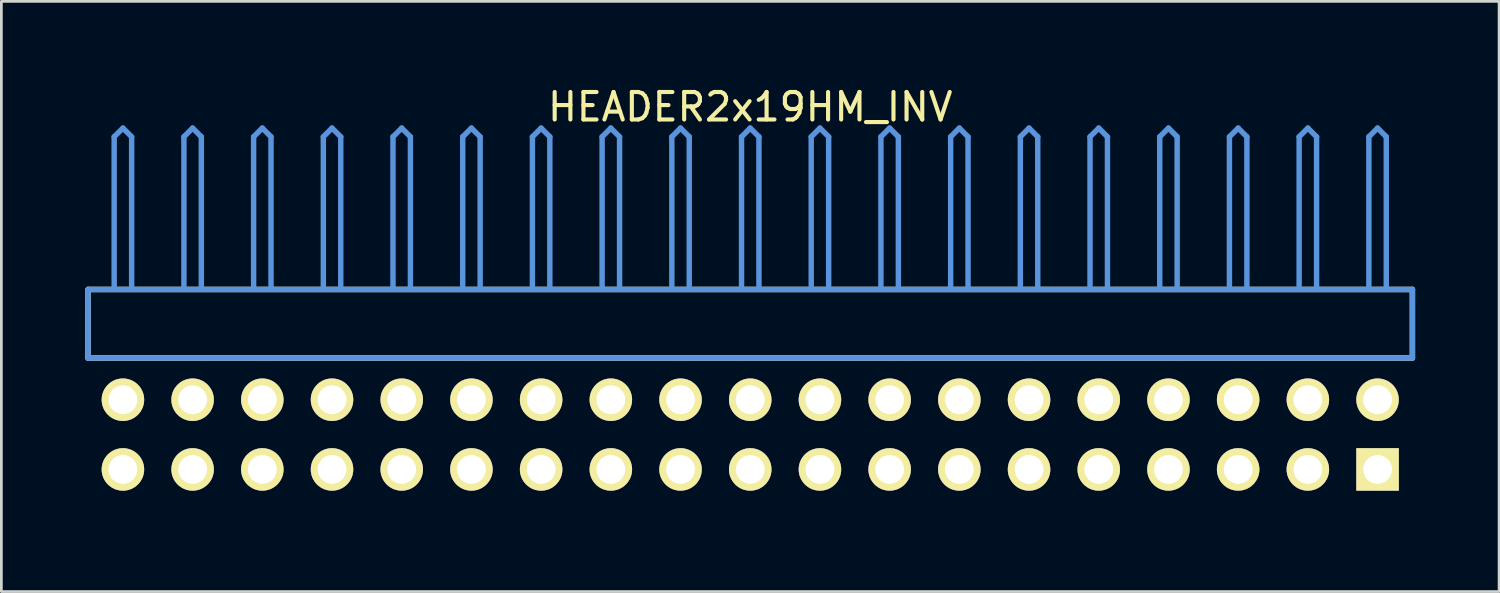
<source format=kicad_pcb>
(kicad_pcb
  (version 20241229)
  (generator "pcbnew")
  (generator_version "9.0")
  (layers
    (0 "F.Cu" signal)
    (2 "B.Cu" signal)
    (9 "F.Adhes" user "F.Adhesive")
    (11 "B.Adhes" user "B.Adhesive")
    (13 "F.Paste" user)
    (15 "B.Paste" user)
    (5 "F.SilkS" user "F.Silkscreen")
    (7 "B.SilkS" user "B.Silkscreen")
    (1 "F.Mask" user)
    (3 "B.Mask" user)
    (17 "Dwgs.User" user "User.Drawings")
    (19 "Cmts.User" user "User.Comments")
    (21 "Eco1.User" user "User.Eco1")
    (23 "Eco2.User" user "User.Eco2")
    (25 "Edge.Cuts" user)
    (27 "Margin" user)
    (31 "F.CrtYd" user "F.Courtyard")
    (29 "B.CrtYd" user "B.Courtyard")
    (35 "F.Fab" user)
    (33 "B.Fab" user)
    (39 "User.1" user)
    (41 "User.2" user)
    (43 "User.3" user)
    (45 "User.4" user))
  (footprint "HEADER2x19HM_INV"
    (layer "F.Cu")
    (at 1.429 14.056)
    (property "Reference" "HEADER2x19HM_INV" (at 22.86 -13.208 0) (layer "F.SilkS") (effects (font (size 1.001 1.001) (thickness 0.15))))
    (attr through_hole)
    (fp_line (start -1.27 -6.558) (end -1.27 -4.059) (stroke (width 0.198) (type solid)) (layer "F.SilkS"))
    (fp_line (start -1.27 -4.059) (end 46.99 -4.059) (stroke (width 0.198) (type solid)) (layer "F.SilkS"))
    (fp_line (start 46.99 -6.558) (end -1.27 -6.558) (stroke (width 0.198) (type solid)) (layer "F.SilkS"))
    (fp_line (start 46.99 -4.059) (end 46.99 -6.558) (stroke (width 0.198) (type solid)) (layer "F.SilkS"))
    (fp_line (start -1.27 -6.558) (end -1.27 -4.059) (stroke (width 0.198) (type solid)) (layer "Cmts.User"))
    (fp_line (start -1.27 -4.059) (end 46.99 -4.059) (stroke (width 0.198) (type solid)) (layer "Cmts.User"))
    (fp_line (start -0.318 -12.121) (end 0 -12.438) (stroke (width 0.198) (type solid)) (layer "Cmts.User"))
    (fp_line (start -0.318 -6.599) (end -0.318 -12.121) (stroke (width 0.198) (type solid)) (layer "Cmts.User"))
    (fp_line (start 0.318 -12.121) (end 0 -12.438) (stroke (width 0.198) (type solid)) (layer "Cmts.User"))
    (fp_line (start 0.318 -6.599) (end 0.318 -12.121) (stroke (width 0.198) (type solid)) (layer "Cmts.User"))
    (fp_line (start 2.223 -12.121) (end 2.54 -12.438) (stroke (width 0.198) (type solid)) (layer "Cmts.User"))
    (fp_line (start 2.223 -6.599) (end 2.223 -12.121) (stroke (width 0.198) (type solid)) (layer "Cmts.User"))
    (fp_line (start 2.857 -12.121) (end 2.54 -12.438) (stroke (width 0.198) (type solid)) (layer "Cmts.User"))
    (fp_line (start 2.857 -6.599) (end 2.857 -12.121) (stroke (width 0.198) (type solid)) (layer "Cmts.User"))
    (fp_line (start 4.763 -12.121) (end 5.08 -12.438) (stroke (width 0.198) (type solid)) (layer "Cmts.User"))
    (fp_line (start 4.763 -6.599) (end 4.763 -12.121) (stroke (width 0.198) (type solid)) (layer "Cmts.User"))
    (fp_line (start 5.397 -12.121) (end 5.08 -12.438) (stroke (width 0.198) (type solid)) (layer "Cmts.User"))
    (fp_line (start 5.397 -6.599) (end 5.397 -12.121) (stroke (width 0.198) (type solid)) (layer "Cmts.User"))
    (fp_line (start 7.303 -12.121) (end 7.62 -12.438) (stroke (width 0.198) (type solid)) (layer "Cmts.User"))
    (fp_line (start 7.303 -6.599) (end 7.303 -12.121) (stroke (width 0.198) (type solid)) (layer "Cmts.User"))
    (fp_line (start 7.938 -12.121) (end 7.62 -12.438) (stroke (width 0.198) (type solid)) (layer "Cmts.User"))
    (fp_line (start 7.938 -6.599) (end 7.938 -12.121) (stroke (width 0.198) (type solid)) (layer "Cmts.User"))
    (fp_line (start 9.842 -12.121) (end 10.16 -12.438) (stroke (width 0.198) (type solid)) (layer "Cmts.User"))
    (fp_line (start 9.842 -6.599) (end 9.842 -12.121) (stroke (width 0.198) (type solid)) (layer "Cmts.User"))
    (fp_line (start 10.477 -12.121) (end 10.16 -12.438) (stroke (width 0.198) (type solid)) (layer "Cmts.User"))
    (fp_line (start 10.477 -6.599) (end 10.477 -12.121) (stroke (width 0.198) (type solid)) (layer "Cmts.User"))
    (fp_line (start 12.383 -12.121) (end 12.7 -12.438) (stroke (width 0.198) (type solid)) (layer "Cmts.User"))
    (fp_line (start 12.383 -6.599) (end 12.383 -12.121) (stroke (width 0.198) (type solid)) (layer "Cmts.User"))
    (fp_line (start 13.018 -12.121) (end 12.7 -12.438) (stroke (width 0.198) (type solid)) (layer "Cmts.User"))
    (fp_line (start 13.018 -6.599) (end 13.018 -12.121) (stroke (width 0.198) (type solid)) (layer "Cmts.User"))
    (fp_line (start 14.922 -12.121) (end 15.24 -12.438) (stroke (width 0.198) (type solid)) (layer "Cmts.User"))
    (fp_line (start 14.922 -6.599) (end 14.922 -12.121) (stroke (width 0.198) (type solid)) (layer "Cmts.User"))
    (fp_line (start 15.557 -12.121) (end 15.24 -12.438) (stroke (width 0.198) (type solid)) (layer "Cmts.User"))
    (fp_line (start 15.557 -6.599) (end 15.557 -12.121) (stroke (width 0.198) (type solid)) (layer "Cmts.User"))
    (fp_line (start 17.462 -12.121) (end 17.78 -12.438) (stroke (width 0.198) (type solid)) (layer "Cmts.User"))
    (fp_line (start 17.462 -6.599) (end 17.462 -12.121) (stroke (width 0.198) (type solid)) (layer "Cmts.User"))
    (fp_line (start 18.098 -12.121) (end 17.78 -12.438) (stroke (width 0.198) (type solid)) (layer "Cmts.User"))
    (fp_line (start 18.098 -6.599) (end 18.098 -12.121) (stroke (width 0.198) (type solid)) (layer "Cmts.User"))
    (fp_line (start 20.003 -12.121) (end 20.32 -12.438) (stroke (width 0.198) (type solid)) (layer "Cmts.User"))
    (fp_line (start 20.003 -6.599) (end 20.003 -12.121) (stroke (width 0.198) (type solid)) (layer "Cmts.User"))
    (fp_line (start 20.637 -12.121) (end 20.32 -12.438) (stroke (width 0.198) (type solid)) (layer "Cmts.User"))
    (fp_line (start 20.637 -6.599) (end 20.637 -12.121) (stroke (width 0.198) (type solid)) (layer "Cmts.User"))
    (fp_line (start 22.543 -12.121) (end 22.86 -12.438) (stroke (width 0.198) (type solid)) (layer "Cmts.User"))
    (fp_line (start 22.543 -6.599) (end 22.543 -12.121) (stroke (width 0.198) (type solid)) (layer "Cmts.User"))
    (fp_line (start 23.177 -12.121) (end 22.86 -12.438) (stroke (width 0.198) (type solid)) (layer "Cmts.User"))
    (fp_line (start 23.177 -6.599) (end 23.177 -12.121) (stroke (width 0.198) (type solid)) (layer "Cmts.User"))
    (fp_line (start 25.082 -12.121) (end 25.4 -12.438) (stroke (width 0.198) (type solid)) (layer "Cmts.User"))
    (fp_line (start 25.082 -6.599) (end 25.082 -12.121) (stroke (width 0.198) (type solid)) (layer "Cmts.User"))
    (fp_line (start 25.718 -12.121) (end 25.4 -12.438) (stroke (width 0.198) (type solid)) (layer "Cmts.User"))
    (fp_line (start 25.718 -6.599) (end 25.718 -12.121) (stroke (width 0.198) (type solid)) (layer "Cmts.User"))
    (fp_line (start 27.622 -12.121) (end 27.94 -12.438) (stroke (width 0.198) (type solid)) (layer "Cmts.User"))
    (fp_line (start 27.622 -6.599) (end 27.622 -12.121) (stroke (width 0.198) (type solid)) (layer "Cmts.User"))
    (fp_line (start 28.258 -12.121) (end 27.94 -12.438) (stroke (width 0.198) (type solid)) (layer "Cmts.User"))
    (fp_line (start 28.258 -6.599) (end 28.258 -12.121) (stroke (width 0.198) (type solid)) (layer "Cmts.User"))
    (fp_line (start 30.163 -12.121) (end 30.48 -12.438) (stroke (width 0.198) (type solid)) (layer "Cmts.User"))
    (fp_line (start 30.163 -6.599) (end 30.163 -12.121) (stroke (width 0.198) (type solid)) (layer "Cmts.User"))
    (fp_line (start 30.797 -12.121) (end 30.48 -12.438) (stroke (width 0.198) (type solid)) (layer "Cmts.User"))
    (fp_line (start 30.797 -6.599) (end 30.797 -12.121) (stroke (width 0.198) (type solid)) (layer "Cmts.User"))
    (fp_line (start 32.703 -12.121) (end 33.02 -12.438) (stroke (width 0.198) (type solid)) (layer "Cmts.User"))
    (fp_line (start 32.703 -6.599) (end 32.703 -12.121) (stroke (width 0.198) (type solid)) (layer "Cmts.User"))
    (fp_line (start 33.337 -12.121) (end 33.02 -12.438) (stroke (width 0.198) (type solid)) (layer "Cmts.User"))
    (fp_line (start 33.337 -6.599) (end 33.337 -12.121) (stroke (width 0.198) (type solid)) (layer "Cmts.User"))
    (fp_line (start 35.242 -12.121) (end 35.56 -12.438) (stroke (width 0.198) (type solid)) (layer "Cmts.User"))
    (fp_line (start 35.242 -6.599) (end 35.242 -12.121) (stroke (width 0.198) (type solid)) (layer "Cmts.User"))
    (fp_line (start 35.877 -12.121) (end 35.56 -12.438) (stroke (width 0.198) (type solid)) (layer "Cmts.User"))
    (fp_line (start 35.877 -6.599) (end 35.877 -12.121) (stroke (width 0.198) (type solid)) (layer "Cmts.User"))
    (fp_line (start 37.782 -12.121) (end 38.1 -12.438) (stroke (width 0.198) (type solid)) (layer "Cmts.User"))
    (fp_line (start 37.782 -6.599) (end 37.782 -12.121) (stroke (width 0.198) (type solid)) (layer "Cmts.User"))
    (fp_line (start 38.417 -12.121) (end 38.1 -12.438) (stroke (width 0.198) (type solid)) (layer "Cmts.User"))
    (fp_line (start 38.417 -6.599) (end 38.417 -12.121) (stroke (width 0.198) (type solid)) (layer "Cmts.User"))
    (fp_line (start 40.322 -12.121) (end 40.64 -12.438) (stroke (width 0.198) (type solid)) (layer "Cmts.User"))
    (fp_line (start 40.322 -6.599) (end 40.322 -12.121) (stroke (width 0.198) (type solid)) (layer "Cmts.User"))
    (fp_line (start 40.958 -12.121) (end 40.64 -12.438) (stroke (width 0.198) (type solid)) (layer "Cmts.User"))
    (fp_line (start 40.958 -6.599) (end 40.958 -12.121) (stroke (width 0.198) (type solid)) (layer "Cmts.User"))
    (fp_line (start 42.862 -12.121) (end 43.18 -12.438) (stroke (width 0.198) (type solid)) (layer "Cmts.User"))
    (fp_line (start 42.862 -6.599) (end 42.862 -12.121) (stroke (width 0.198) (type solid)) (layer "Cmts.User"))
    (fp_line (start 43.498 -12.121) (end 43.18 -12.438) (stroke (width 0.198) (type solid)) (layer "Cmts.User"))
    (fp_line (start 43.498 -6.599) (end 43.498 -12.121) (stroke (width 0.198) (type solid)) (layer "Cmts.User"))
    (fp_line (start 45.403 -12.121) (end 45.72 -12.438) (stroke (width 0.198) (type solid)) (layer "Cmts.User"))
    (fp_line (start 45.403 -6.599) (end 45.403 -12.121) (stroke (width 0.198) (type solid)) (layer "Cmts.User"))
    (fp_line (start 46.038 -12.121) (end 45.72 -12.438) (stroke (width 0.198) (type solid)) (layer "Cmts.User"))
    (fp_line (start 46.038 -6.599) (end 46.038 -12.121) (stroke (width 0.198) (type solid)) (layer "Cmts.User"))
    (fp_line (start 46.99 -6.558) (end -1.27 -6.558) (stroke (width 0.198) (type solid)) (layer "Cmts.User"))
    (fp_line (start 46.99 -4.059) (end 46.99 -6.558) (stroke (width 0.198) (type solid)) (layer "Cmts.User"))
    (fp_line (start -1.379 -12.54) (end 47.099 -12.54) (stroke (width 0.099) (type solid)) (layer "Eco1.User"))
    (fp_line (start -1.379 1.4) (end -1.379 -12.54) (stroke (width 0.099) (type solid)) (layer "Eco1.User"))
    (fp_line (start 47.099 -12.54) (end 47.099 1.4) (stroke (width 0.099) (type solid)) (layer "Eco1.User"))
    (fp_line (start 47.099 1.4) (end -1.379 1.4) (stroke (width 0.099) (type solid)) (layer "Eco1.User"))
    (pad "1" thru_hole rect (at 45.72 0) (size 1.549 1.549) (drill 1.049) (layers "*.Cu" "*.Mask" "F.SilkS"))
    (pad "2" thru_hole circle (at 45.72 -2.54) (size 1.549 1.549) (drill 1.049) (layers "*.Cu" "*.Mask" "F.SilkS"))
    (pad "3" thru_hole circle (at 43.18 0) (size 1.549 1.549) (drill 1.049) (layers "*.Cu" "*.Mask" "F.SilkS"))
    (pad "4" thru_hole circle (at 43.18 -2.54) (size 1.549 1.549) (drill 1.049) (layers "*.Cu" "*.Mask" "F.SilkS"))
    (pad "5" thru_hole circle (at 40.64 0) (size 1.549 1.549) (drill 1.049) (layers "*.Cu" "*.Mask" "F.SilkS"))
    (pad "6" thru_hole circle (at 40.64 -2.54) (size 1.549 1.549) (drill 1.049) (layers "*.Cu" "*.Mask" "F.SilkS"))
    (pad "7" thru_hole circle (at 38.1 0) (size 1.549 1.549) (drill 1.049) (layers "*.Cu" "*.Mask" "F.SilkS"))
    (pad "8" thru_hole circle (at 38.1 -2.54) (size 1.549 1.549) (drill 1.049) (layers "*.Cu" "*.Mask" "F.SilkS"))
    (pad "9" thru_hole circle (at 35.56 0) (size 1.549 1.549) (drill 1.049) (layers "*.Cu" "*.Mask" "F.SilkS"))
    (pad "10" thru_hole circle (at 35.56 -2.54) (size 1.549 1.549) (drill 1.049) (layers "*.Cu" "*.Mask" "F.SilkS"))
    (pad "11" thru_hole circle (at 33.02 0) (size 1.549 1.549) (drill 1.049) (layers "*.Cu" "*.Mask" "F.SilkS"))
    (pad "12" thru_hole circle (at 33.02 -2.54) (size 1.549 1.549) (drill 1.049) (layers "*.Cu" "*.Mask" "F.SilkS"))
    (pad "13" thru_hole circle (at 30.48 0) (size 1.549 1.549) (drill 1.049) (layers "*.Cu" "*.Mask" "F.SilkS"))
    (pad "14" thru_hole circle (at 30.48 -2.54) (size 1.549 1.549) (drill 1.049) (layers "*.Cu" "*.Mask" "F.SilkS"))
    (pad "15" thru_hole circle (at 27.94 0) (size 1.549 1.549) (drill 1.049) (layers "*.Cu" "*.Mask" "F.SilkS"))
    (pad "16" thru_hole circle (at 27.94 -2.54) (size 1.549 1.549) (drill 1.049) (layers "*.Cu" "*.Mask" "F.SilkS"))
    (pad "17" thru_hole circle (at 25.4 0) (size 1.549 1.549) (drill 1.049) (layers "*.Cu" "*.Mask" "F.SilkS"))
    (pad "18" thru_hole circle (at 25.4 -2.54) (size 1.549 1.549) (drill 1.049) (layers "*.Cu" "*.Mask" "F.SilkS"))
    (pad "19" thru_hole circle (at 22.86 0) (size 1.549 1.549) (drill 1.049) (layers "*.Cu" "*.Mask" "F.SilkS"))
    (pad "20" thru_hole circle (at 22.86 -2.54) (size 1.549 1.549) (drill 1.049) (layers "*.Cu" "*.Mask" "F.SilkS"))
    (pad "21" thru_hole circle (at 20.32 0) (size 1.549 1.549) (drill 1.049) (layers "*.Cu" "*.Mask" "F.SilkS"))
    (pad "22" thru_hole circle (at 20.32 -2.54) (size 1.549 1.549) (drill 1.049) (layers "*.Cu" "*.Mask" "F.SilkS"))
    (pad "23" thru_hole circle (at 17.78 0) (size 1.549 1.549) (drill 1.049) (layers "*.Cu" "*.Mask" "F.SilkS"))
    (pad "24" thru_hole circle (at 17.78 -2.54) (size 1.549 1.549) (drill 1.049) (layers "*.Cu" "*.Mask" "F.SilkS"))
    (pad "25" thru_hole circle (at 15.24 0) (size 1.549 1.549) (drill 1.049) (layers "*.Cu" "*.Mask" "F.SilkS"))
    (pad "26" thru_hole circle (at 15.24 -2.54) (size 1.549 1.549) (drill 1.049) (layers "*.Cu" "*.Mask" "F.SilkS"))
    (pad "27" thru_hole circle (at 12.7 0) (size 1.549 1.549) (drill 1.049) (layers "*.Cu" "*.Mask" "F.SilkS"))
    (pad "28" thru_hole circle (at 12.7 -2.54) (size 1.549 1.549) (drill 1.049) (layers "*.Cu" "*.Mask" "F.SilkS"))
    (pad "29" thru_hole circle (at 10.16 0) (size 1.549 1.549) (drill 1.049) (layers "*.Cu" "*.Mask" "F.SilkS"))
    (pad "30" thru_hole circle (at 10.16 -2.54) (size 1.549 1.549) (drill 1.049) (layers "*.Cu" "*.Mask" "F.SilkS"))
    (pad "31" thru_hole circle (at 7.62 0) (size 1.549 1.549) (drill 1.049) (layers "*.Cu" "*.Mask" "F.SilkS"))
    (pad "32" thru_hole circle (at 7.62 -2.54) (size 1.549 1.549) (drill 1.049) (layers "*.Cu" "*.Mask" "F.SilkS"))
    (pad "33" thru_hole circle (at 5.08 0) (size 1.549 1.549) (drill 1.049) (layers "*.Cu" "*.Mask" "F.SilkS"))
    (pad "34" thru_hole circle (at 5.08 -2.54) (size 1.549 1.549) (drill 1.049) (layers "*.Cu" "*.Mask" "F.SilkS"))
    (pad "35" thru_hole circle (at 2.54 0) (size 1.549 1.549) (drill 1.049) (layers "*.Cu" "*.Mask" "F.SilkS"))
    (pad "36" thru_hole circle (at 2.54 -2.54) (size 1.549 1.549) (drill 1.049) (layers "*.Cu" "*.Mask" "F.SilkS"))
    (pad "37" thru_hole circle (at 0 0) (size 1.549 1.549) (drill 1.049) (layers "*.Cu" "*.Mask" "F.SilkS"))
    (pad "38" thru_hole circle (at 0 -2.54) (size 1.549 1.549) (drill 1.049) (layers "*.Cu" "*.Mask" "F.SilkS")))
  (gr_rect
    (start -3 -3)
    (end 51.578 18.506)
    (stroke (width 0.1) (type default))
    (fill no)
    (layer "Edge.Cuts")))
</source>
